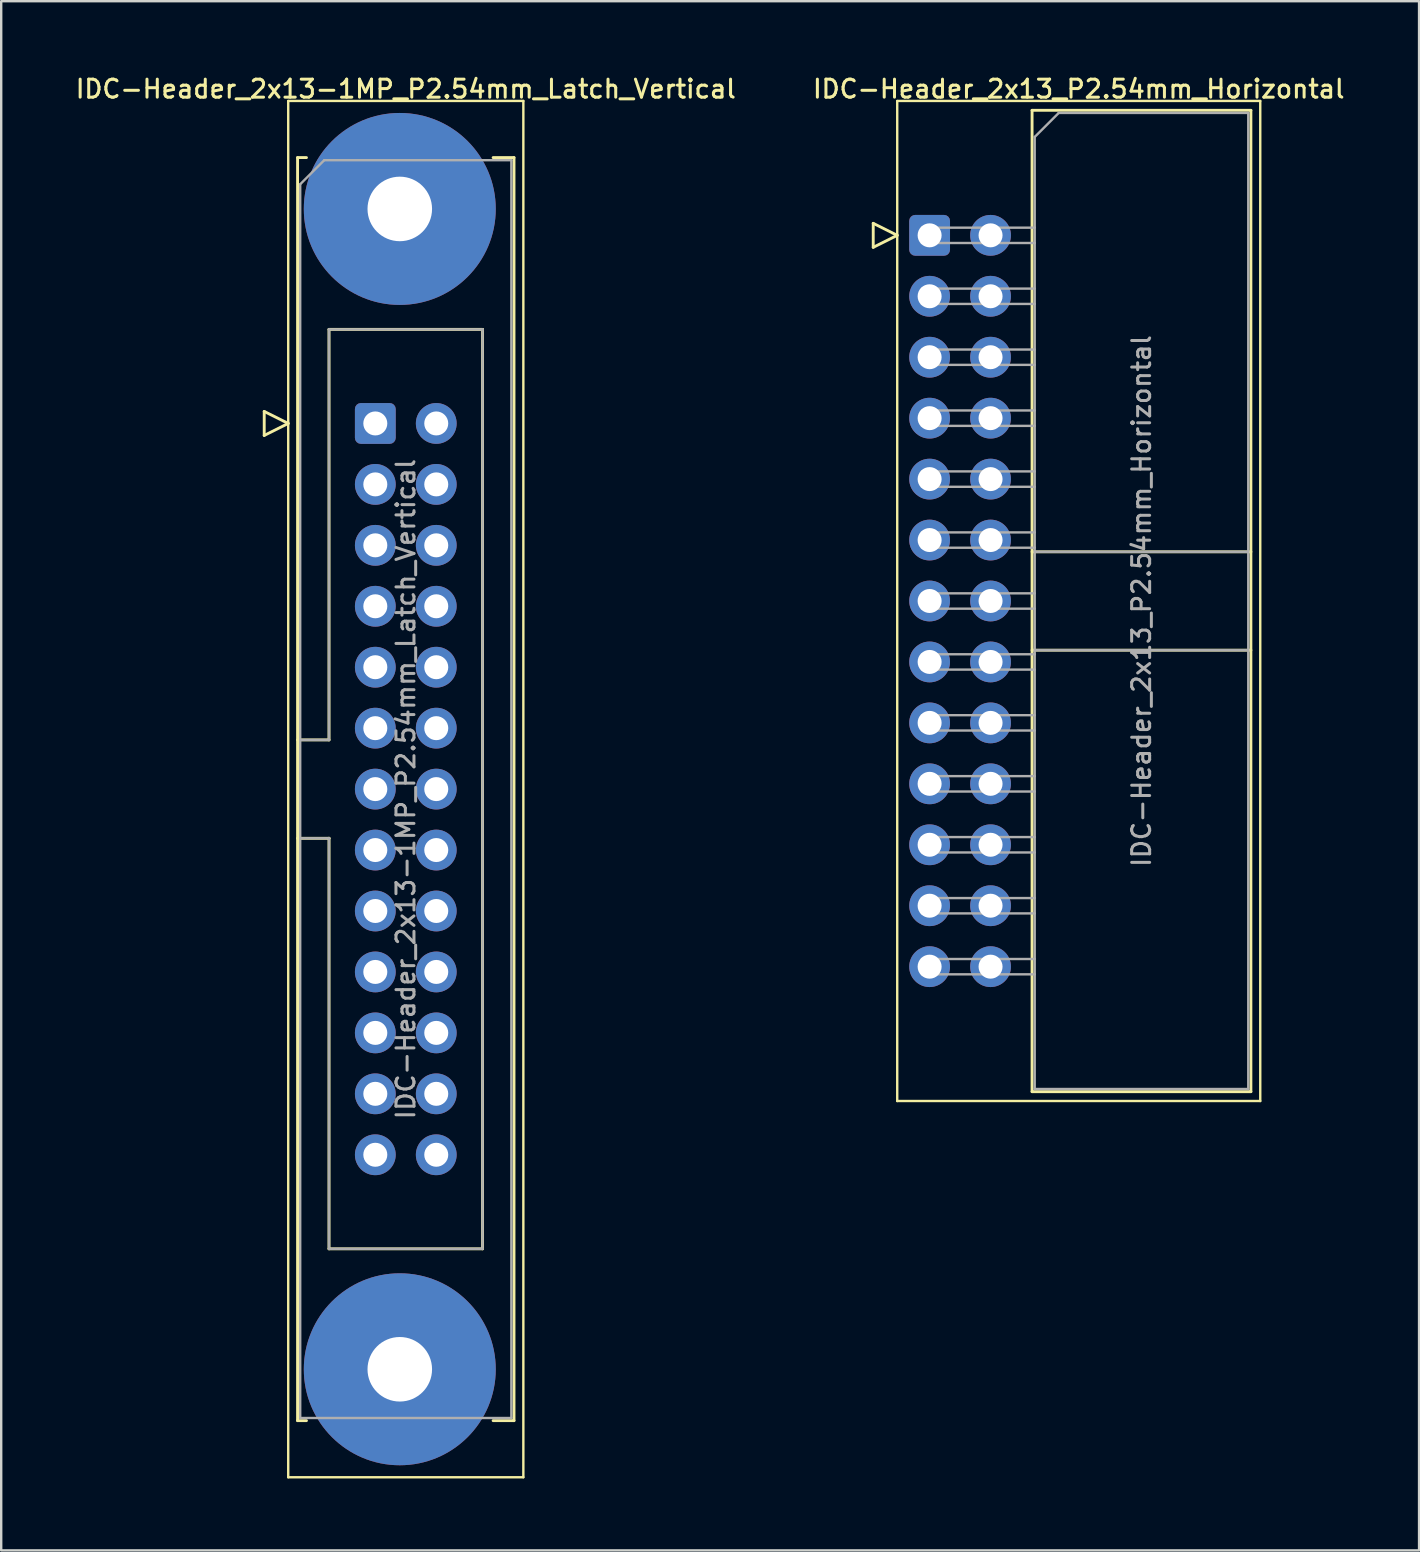
<source format=kicad_pcb>
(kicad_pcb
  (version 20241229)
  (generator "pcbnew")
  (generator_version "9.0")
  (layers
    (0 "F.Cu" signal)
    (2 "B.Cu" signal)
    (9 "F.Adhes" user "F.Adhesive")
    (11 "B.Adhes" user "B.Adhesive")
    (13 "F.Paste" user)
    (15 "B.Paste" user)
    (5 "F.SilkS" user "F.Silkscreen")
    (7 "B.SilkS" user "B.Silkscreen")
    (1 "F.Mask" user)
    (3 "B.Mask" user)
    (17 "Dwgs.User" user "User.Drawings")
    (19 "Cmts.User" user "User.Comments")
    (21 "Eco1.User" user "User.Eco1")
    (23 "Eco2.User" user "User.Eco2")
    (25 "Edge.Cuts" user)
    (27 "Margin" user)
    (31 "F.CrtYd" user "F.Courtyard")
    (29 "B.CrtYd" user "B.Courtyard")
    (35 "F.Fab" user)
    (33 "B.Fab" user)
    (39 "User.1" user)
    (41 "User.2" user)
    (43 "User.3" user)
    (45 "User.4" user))
  (footprint "IDC-Header_2x13_P2.54mm_Horizontal"
    (layer "F.Cu")
    (at 35.694 6.758)
    (property "Reference" "IDC-Header_2x13_P2.54mm_Horizontal" (at 6.215 -6.1 0) (layer "F.SilkS") (effects (font (size 0.75 0.75) (thickness 0.125))))
    (attr through_hole)
    (fp_line (start -2.35 -0.5) (end -2.35 0.5) (stroke (width 0.12) (type solid)) (layer "F.SilkS"))
    (fp_line (start -2.35 0.5) (end -1.35 0) (stroke (width 0.12) (type solid)) (layer "F.SilkS"))
    (fp_line (start -1.35 -5.6) (end -1.35 36.08) (stroke (width 0.1) (type solid)) (layer "F.SilkS"))
    (fp_line (start -1.35 0) (end -2.35 -0.5) (stroke (width 0.12) (type solid)) (layer "F.SilkS"))
    (fp_line (start -1.35 36.08) (end 13.78 36.08) (stroke (width 0.1) (type solid)) (layer "F.SilkS"))
    (fp_line (start 4.27 -5.21) (end 13.39 -5.21) (stroke (width 0.12) (type solid)) (layer "F.SilkS"))
    (fp_line (start 4.27 13.19) (end 13.39 13.19) (stroke (width 0.12) (type solid)) (layer "F.SilkS"))
    (fp_line (start 4.27 17.29) (end 13.39 17.29) (stroke (width 0.12) (type solid)) (layer "F.SilkS"))
    (fp_line (start 4.27 35.69) (end 4.27 -5.21) (stroke (width 0.12) (type solid)) (layer "F.SilkS"))
    (fp_line (start 13.39 -5.21) (end 13.39 35.69) (stroke (width 0.12) (type solid)) (layer "F.SilkS"))
    (fp_line (start 13.39 35.69) (end 4.27 35.69) (stroke (width 0.12) (type solid)) (layer "F.SilkS"))
    (fp_line (start 13.78 -5.6) (end -1.35 -5.6) (stroke (width 0.1) (type solid)) (layer "F.SilkS"))
    (fp_line (start 13.78 36.08) (end 13.78 -5.6) (stroke (width 0.1) (type solid)) (layer "F.SilkS"))
    (fp_line (start -0.32 -0.32) (end -0.32 0.32) (stroke (width 0.1) (type solid)) (layer "F.Fab"))
    (fp_line (start -0.32 0.32) (end 4.38 0.32) (stroke (width 0.1) (type solid)) (layer "F.Fab"))
    (fp_line (start -0.32 2.22) (end -0.32 2.86) (stroke (width 0.1) (type solid)) (layer "F.Fab"))
    (fp_line (start -0.32 2.86) (end 4.38 2.86) (stroke (width 0.1) (type solid)) (layer "F.Fab"))
    (fp_line (start -0.32 4.76) (end -0.32 5.4) (stroke (width 0.1) (type solid)) (layer "F.Fab"))
    (fp_line (start -0.32 5.4) (end 4.38 5.4) (stroke (width 0.1) (type solid)) (layer "F.Fab"))
    (fp_line (start -0.32 7.3) (end -0.32 7.94) (stroke (width 0.1) (type solid)) (layer "F.Fab"))
    (fp_line (start -0.32 7.94) (end 4.38 7.94) (stroke (width 0.1) (type solid)) (layer "F.Fab"))
    (fp_line (start -0.32 9.84) (end -0.32 10.48) (stroke (width 0.1) (type solid)) (layer "F.Fab"))
    (fp_line (start -0.32 10.48) (end 4.38 10.48) (stroke (width 0.1) (type solid)) (layer "F.Fab"))
    (fp_line (start -0.32 12.38) (end -0.32 13.02) (stroke (width 0.1) (type solid)) (layer "F.Fab"))
    (fp_line (start -0.32 13.02) (end 4.38 13.02) (stroke (width 0.1) (type solid)) (layer "F.Fab"))
    (fp_line (start -0.32 14.92) (end -0.32 15.56) (stroke (width 0.1) (type solid)) (layer "F.Fab"))
    (fp_line (start -0.32 15.56) (end 4.38 15.56) (stroke (width 0.1) (type solid)) (layer "F.Fab"))
    (fp_line (start -0.32 17.46) (end -0.32 18.1) (stroke (width 0.1) (type solid)) (layer "F.Fab"))
    (fp_line (start -0.32 18.1) (end 4.38 18.1) (stroke (width 0.1) (type solid)) (layer "F.Fab"))
    (fp_line (start -0.32 20) (end -0.32 20.64) (stroke (width 0.1) (type solid)) (layer "F.Fab"))
    (fp_line (start -0.32 20.64) (end 4.38 20.64) (stroke (width 0.1) (type solid)) (layer "F.Fab"))
    (fp_line (start -0.32 22.54) (end -0.32 23.18) (stroke (width 0.1) (type solid)) (layer "F.Fab"))
    (fp_line (start -0.32 23.18) (end 4.38 23.18) (stroke (width 0.1) (type solid)) (layer "F.Fab"))
    (fp_line (start -0.32 25.08) (end -0.32 25.72) (stroke (width 0.1) (type solid)) (layer "F.Fab"))
    (fp_line (start -0.32 25.72) (end 4.38 25.72) (stroke (width 0.1) (type solid)) (layer "F.Fab"))
    (fp_line (start -0.32 27.62) (end -0.32 28.26) (stroke (width 0.1) (type solid)) (layer "F.Fab"))
    (fp_line (start -0.32 28.26) (end 4.38 28.26) (stroke (width 0.1) (type solid)) (layer "F.Fab"))
    (fp_line (start -0.32 30.16) (end -0.32 30.8) (stroke (width 0.1) (type solid)) (layer "F.Fab"))
    (fp_line (start -0.32 30.8) (end 4.38 30.8) (stroke (width 0.1) (type solid)) (layer "F.Fab"))
    (fp_line (start 4.38 -4.1) (end 5.38 -5.1) (stroke (width 0.1) (type solid)) (layer "F.Fab"))
    (fp_line (start 4.38 -0.32) (end -0.32 -0.32) (stroke (width 0.1) (type solid)) (layer "F.Fab"))
    (fp_line (start 4.38 2.22) (end -0.32 2.22) (stroke (width 0.1) (type solid)) (layer "F.Fab"))
    (fp_line (start 4.38 4.76) (end -0.32 4.76) (stroke (width 0.1) (type solid)) (layer "F.Fab"))
    (fp_line (start 4.38 7.3) (end -0.32 7.3) (stroke (width 0.1) (type solid)) (layer "F.Fab"))
    (fp_line (start 4.38 9.84) (end -0.32 9.84) (stroke (width 0.1) (type solid)) (layer "F.Fab"))
    (fp_line (start 4.38 12.38) (end -0.32 12.38) (stroke (width 0.1) (type solid)) (layer "F.Fab"))
    (fp_line (start 4.38 13.19) (end 13.28 13.19) (stroke (width 0.1) (type solid)) (layer "F.Fab"))
    (fp_line (start 4.38 14.92) (end -0.32 14.92) (stroke (width 0.1) (type solid)) (layer "F.Fab"))
    (fp_line (start 4.38 17.29) (end 13.28 17.29) (stroke (width 0.1) (type solid)) (layer "F.Fab"))
    (fp_line (start 4.38 17.46) (end -0.32 17.46) (stroke (width 0.1) (type solid)) (layer "F.Fab"))
    (fp_line (start 4.38 20) (end -0.32 20) (stroke (width 0.1) (type solid)) (layer "F.Fab"))
    (fp_line (start 4.38 22.54) (end -0.32 22.54) (stroke (width 0.1) (type solid)) (layer "F.Fab"))
    (fp_line (start 4.38 25.08) (end -0.32 25.08) (stroke (width 0.1) (type solid)) (layer "F.Fab"))
    (fp_line (start 4.38 27.62) (end -0.32 27.62) (stroke (width 0.1) (type solid)) (layer "F.Fab"))
    (fp_line (start 4.38 30.16) (end -0.32 30.16) (stroke (width 0.1) (type solid)) (layer "F.Fab"))
    (fp_line (start 4.38 35.58) (end 4.38 -4.1) (stroke (width 0.1) (type solid)) (layer "F.Fab"))
    (fp_line (start 5.38 -5.1) (end 13.28 -5.1) (stroke (width 0.1) (type solid)) (layer "F.Fab"))
    (fp_line (start 13.28 -5.1) (end 13.28 35.58) (stroke (width 0.1) (type solid)) (layer "F.Fab"))
    (fp_line (start 13.28 35.58) (end 4.38 35.58) (stroke (width 0.1) (type solid)) (layer "F.Fab"))
    (fp_text user "${REFERENCE}" (at 8.83 15.24 90) (layer "F.Fab") (effects (font (size 0.75 0.75) (thickness 0.125))))
    (pad "1" thru_hole roundrect (at 0 0) (size 1.7 1.7) (drill 1) (layers "*.Cu" "*.Mask") (roundrect_rratio 0.147))
    (pad "2" thru_hole circle (at 2.54 0) (size 1.7 1.7) (drill 1) (layers "*.Cu" "*.Mask"))
    (pad "3" thru_hole circle (at 0 2.54) (size 1.7 1.7) (drill 1) (layers "*.Cu" "*.Mask"))
    (pad "4" thru_hole circle (at 2.54 2.54) (size 1.7 1.7) (drill 1) (layers "*.Cu" "*.Mask"))
    (pad "5" thru_hole circle (at 0 5.08) (size 1.7 1.7) (drill 1) (layers "*.Cu" "*.Mask"))
    (pad "6" thru_hole circle (at 2.54 5.08) (size 1.7 1.7) (drill 1) (layers "*.Cu" "*.Mask"))
    (pad "7" thru_hole circle (at 0 7.62) (size 1.7 1.7) (drill 1) (layers "*.Cu" "*.Mask"))
    (pad "8" thru_hole circle (at 2.54 7.62) (size 1.7 1.7) (drill 1) (layers "*.Cu" "*.Mask"))
    (pad "9" thru_hole circle (at 0 10.16) (size 1.7 1.7) (drill 1) (layers "*.Cu" "*.Mask"))
    (pad "10" thru_hole circle (at 2.54 10.16) (size 1.7 1.7) (drill 1) (layers "*.Cu" "*.Mask"))
    (pad "11" thru_hole circle (at 0 12.7) (size 1.7 1.7) (drill 1) (layers "*.Cu" "*.Mask"))
    (pad "12" thru_hole circle (at 2.54 12.7) (size 1.7 1.7) (drill 1) (layers "*.Cu" "*.Mask"))
    (pad "13" thru_hole circle (at 0 15.24) (size 1.7 1.7) (drill 1) (layers "*.Cu" "*.Mask"))
    (pad "14" thru_hole circle (at 2.54 15.24) (size 1.7 1.7) (drill 1) (layers "*.Cu" "*.Mask"))
    (pad "15" thru_hole circle (at 0 17.78) (size 1.7 1.7) (drill 1) (layers "*.Cu" "*.Mask"))
    (pad "16" thru_hole circle (at 2.54 17.78) (size 1.7 1.7) (drill 1) (layers "*.Cu" "*.Mask"))
    (pad "17" thru_hole circle (at 0 20.32) (size 1.7 1.7) (drill 1) (layers "*.Cu" "*.Mask"))
    (pad "18" thru_hole circle (at 2.54 20.32) (size 1.7 1.7) (drill 1) (layers "*.Cu" "*.Mask"))
    (pad "19" thru_hole circle (at 0 22.86) (size 1.7 1.7) (drill 1) (layers "*.Cu" "*.Mask"))
    (pad "20" thru_hole circle (at 2.54 22.86) (size 1.7 1.7) (drill 1) (layers "*.Cu" "*.Mask"))
    (pad "21" thru_hole circle (at 0 25.4) (size 1.7 1.7) (drill 1) (layers "*.Cu" "*.Mask"))
    (pad "22" thru_hole circle (at 2.54 25.4) (size 1.7 1.7) (drill 1) (layers "*.Cu" "*.Mask"))
    (pad "23" thru_hole circle (at 0 27.94) (size 1.7 1.7) (drill 1) (layers "*.Cu" "*.Mask"))
    (pad "24" thru_hole circle (at 2.54 27.94) (size 1.7 1.7) (drill 1) (layers "*.Cu" "*.Mask"))
    (pad "25" thru_hole circle (at 0 30.48) (size 1.7 1.7) (drill 1) (layers "*.Cu" "*.Mask"))
    (pad "26" thru_hole circle (at 2.54 30.48) (size 1.7 1.7) (drill 1) (layers "*.Cu" "*.Mask")))
  (footprint "IDC-Header_2x13-1MP_P2.54mm_Latch_Vertical"
    (layer "F.Cu")
    (at 12.592 14.598)
    (property "Reference" "IDC-Header_2x13-1MP_P2.54mm_Latch_Vertical" (at 1.27 -13.94 0) (layer "F.SilkS") (effects (font (size 0.75 0.75) (thickness 0.125))))
    (attr through_hole)
    (fp_line (start -4.63 -0.5) (end -4.63 0.5) (stroke (width 0.12) (type solid)) (layer "F.SilkS"))
    (fp_line (start -4.63 0.5) (end -3.63 0) (stroke (width 0.12) (type solid)) (layer "F.SilkS"))
    (fp_line (start -3.63 -13.44) (end -3.63 43.92) (stroke (width 0.1) (type solid)) (layer "F.SilkS"))
    (fp_line (start -3.63 0) (end -4.63 -0.5) (stroke (width 0.12) (type solid)) (layer "F.SilkS"))
    (fp_line (start -3.63 43.92) (end 6.17 43.92) (stroke (width 0.1) (type solid)) (layer "F.SilkS"))
    (fp_line (start -3.24 -11.08) (end -3.24 41.56) (stroke (width 0.12) (type solid)) (layer "F.SilkS"))
    (fp_line (start -3.24 13.19) (end -1.93 13.19) (stroke (width 0.12) (type solid)) (layer "F.SilkS"))
    (fp_line (start -3.24 41.56) (end -2.87 41.56) (stroke (width 0.12) (type solid)) (layer "F.SilkS"))
    (fp_line (start -2.87 -11.08) (end -3.24 -11.08) (stroke (width 0.12) (type solid)) (layer "F.SilkS"))
    (fp_line (start -1.93 -3.92) (end 4.47 -3.92) (stroke (width 0.12) (type solid)) (layer "F.SilkS"))
    (fp_line (start -1.93 13.19) (end -1.93 -3.92) (stroke (width 0.12) (type solid)) (layer "F.SilkS"))
    (fp_line (start -1.93 17.29) (end -3.24 17.29) (stroke (width 0.12) (type solid)) (layer "F.SilkS"))
    (fp_line (start -1.93 17.29) (end -1.93 17.29) (stroke (width 0.12) (type solid)) (layer "F.SilkS"))
    (fp_line (start -1.93 34.4) (end -1.93 17.29) (stroke (width 0.12) (type solid)) (layer "F.SilkS"))
    (fp_line (start 4.47 -3.92) (end 4.47 34.4) (stroke (width 0.12) (type solid)) (layer "F.SilkS"))
    (fp_line (start 4.47 34.4) (end -1.93 34.4) (stroke (width 0.12) (type solid)) (layer "F.SilkS"))
    (fp_line (start 4.91 -11.08) (end 5.78 -11.08) (stroke (width 0.12) (type solid)) (layer "F.SilkS"))
    (fp_line (start 5.78 -11.08) (end 5.78 41.56) (stroke (width 0.12) (type solid)) (layer "F.SilkS"))
    (fp_line (start 5.78 41.56) (end 4.91 41.56) (stroke (width 0.12) (type solid)) (layer "F.SilkS"))
    (fp_line (start 6.17 -13.44) (end -3.63 -13.44) (stroke (width 0.1) (type solid)) (layer "F.SilkS"))
    (fp_line (start 6.17 43.92) (end 6.17 -13.44) (stroke (width 0.1) (type solid)) (layer "F.SilkS"))
    (fp_line (start -3.13 -9.97) (end -2.13 -10.97) (stroke (width 0.1) (type solid)) (layer "F.Fab"))
    (fp_line (start -3.13 13.19) (end -1.93 13.19) (stroke (width 0.1) (type solid)) (layer "F.Fab"))
    (fp_line (start -3.13 41.45) (end -3.13 -9.97) (stroke (width 0.1) (type solid)) (layer "F.Fab"))
    (fp_line (start -2.13 -10.97) (end 5.67 -10.97) (stroke (width 0.1) (type solid)) (layer "F.Fab"))
    (fp_line (start -1.93 -3.92) (end 4.47 -3.92) (stroke (width 0.1) (type solid)) (layer "F.Fab"))
    (fp_line (start -1.93 13.19) (end -1.93 -3.92) (stroke (width 0.1) (type solid)) (layer "F.Fab"))
    (fp_line (start -1.93 17.29) (end -3.13 17.29) (stroke (width 0.1) (type solid)) (layer "F.Fab"))
    (fp_line (start -1.93 17.29) (end -1.93 17.29) (stroke (width 0.1) (type solid)) (layer "F.Fab"))
    (fp_line (start -1.93 34.4) (end -1.93 17.29) (stroke (width 0.1) (type solid)) (layer "F.Fab"))
    (fp_line (start 4.47 -3.92) (end 4.47 34.4) (stroke (width 0.1) (type solid)) (layer "F.Fab"))
    (fp_line (start 4.47 34.4) (end -1.93 34.4) (stroke (width 0.1) (type solid)) (layer "F.Fab"))
    (fp_line (start 5.67 -10.97) (end 5.67 41.45) (stroke (width 0.1) (type solid)) (layer "F.Fab"))
    (fp_line (start 5.67 41.45) (end -3.13 41.45) (stroke (width 0.1) (type solid)) (layer "F.Fab"))
    (fp_text user "${REFERENCE}" (at 1.27 15.24 90) (layer "F.Fab") (effects (font (size 0.75 0.75) (thickness 0.125))))
    (pad "1" thru_hole roundrect (at 0 0) (size 1.7 1.7) (drill 1) (layers "*.Cu" "*.Mask") (roundrect_rratio 0.147))
    (pad "2" thru_hole circle (at 2.54 0) (size 1.7 1.7) (drill 1) (layers "*.Cu" "*.Mask"))
    (pad "3" thru_hole circle (at 0 2.54) (size 1.7 1.7) (drill 1) (layers "*.Cu" "*.Mask"))
    (pad "4" thru_hole circle (at 2.54 2.54) (size 1.7 1.7) (drill 1) (layers "*.Cu" "*.Mask"))
    (pad "5" thru_hole circle (at 0 5.08) (size 1.7 1.7) (drill 1) (layers "*.Cu" "*.Mask"))
    (pad "6" thru_hole circle (at 2.54 5.08) (size 1.7 1.7) (drill 1) (layers "*.Cu" "*.Mask"))
    (pad "7" thru_hole circle (at 0 7.62) (size 1.7 1.7) (drill 1) (layers "*.Cu" "*.Mask"))
    (pad "8" thru_hole circle (at 2.54 7.62) (size 1.7 1.7) (drill 1) (layers "*.Cu" "*.Mask"))
    (pad "9" thru_hole circle (at 0 10.16) (size 1.7 1.7) (drill 1) (layers "*.Cu" "*.Mask"))
    (pad "10" thru_hole circle (at 2.54 10.16) (size 1.7 1.7) (drill 1) (layers "*.Cu" "*.Mask"))
    (pad "11" thru_hole circle (at 0 12.7) (size 1.7 1.7) (drill 1) (layers "*.Cu" "*.Mask"))
    (pad "12" thru_hole circle (at 2.54 12.7) (size 1.7 1.7) (drill 1) (layers "*.Cu" "*.Mask"))
    (pad "13" thru_hole circle (at 0 15.24) (size 1.7 1.7) (drill 1) (layers "*.Cu" "*.Mask"))
    (pad "14" thru_hole circle (at 2.54 15.24) (size 1.7 1.7) (drill 1) (layers "*.Cu" "*.Mask"))
    (pad "15" thru_hole circle (at 0 17.78) (size 1.7 1.7) (drill 1) (layers "*.Cu" "*.Mask"))
    (pad "16" thru_hole circle (at 2.54 17.78) (size 1.7 1.7) (drill 1) (layers "*.Cu" "*.Mask"))
    (pad "17" thru_hole circle (at 0 20.32) (size 1.7 1.7) (drill 1) (layers "*.Cu" "*.Mask"))
    (pad "18" thru_hole circle (at 2.54 20.32) (size 1.7 1.7) (drill 1) (layers "*.Cu" "*.Mask"))
    (pad "19" thru_hole circle (at 0 22.86) (size 1.7 1.7) (drill 1) (layers "*.Cu" "*.Mask"))
    (pad "20" thru_hole circle (at 2.54 22.86) (size 1.7 1.7) (drill 1) (layers "*.Cu" "*.Mask"))
    (pad "21" thru_hole circle (at 0 25.4) (size 1.7 1.7) (drill 1) (layers "*.Cu" "*.Mask"))
    (pad "22" thru_hole circle (at 2.54 25.4) (size 1.7 1.7) (drill 1) (layers "*.Cu" "*.Mask"))
    (pad "23" thru_hole circle (at 0 27.94) (size 1.7 1.7) (drill 1) (layers "*.Cu" "*.Mask"))
    (pad "24" thru_hole circle (at 2.54 27.94) (size 1.7 1.7) (drill 1) (layers "*.Cu" "*.Mask"))
    (pad "25" thru_hole circle (at 0 30.48) (size 1.7 1.7) (drill 1) (layers "*.Cu" "*.Mask"))
    (pad "26" thru_hole circle (at 2.54 30.48) (size 1.7 1.7) (drill 1) (layers "*.Cu" "*.Mask"))
    (pad "MP" thru_hole circle (at 1.02 -8.94) (size 8 8) (drill 2.69) (layers "*.Cu" "*.Mask"))
    (pad "MP" thru_hole circle (at 1.02 39.42) (size 8 8) (drill 2.69) (layers "*.Cu" "*.Mask")))
  (gr_rect
    (start -3 -3)
    (end 56.093 61.568)
    (stroke (width 0.1) (type default))
    (fill no)
    (layer "Edge.Cuts")))
</source>
